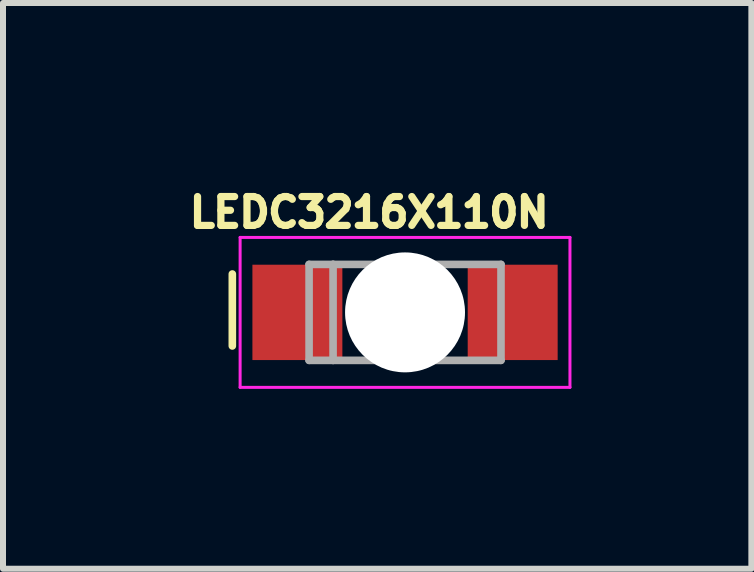
<source format=kicad_pcb>
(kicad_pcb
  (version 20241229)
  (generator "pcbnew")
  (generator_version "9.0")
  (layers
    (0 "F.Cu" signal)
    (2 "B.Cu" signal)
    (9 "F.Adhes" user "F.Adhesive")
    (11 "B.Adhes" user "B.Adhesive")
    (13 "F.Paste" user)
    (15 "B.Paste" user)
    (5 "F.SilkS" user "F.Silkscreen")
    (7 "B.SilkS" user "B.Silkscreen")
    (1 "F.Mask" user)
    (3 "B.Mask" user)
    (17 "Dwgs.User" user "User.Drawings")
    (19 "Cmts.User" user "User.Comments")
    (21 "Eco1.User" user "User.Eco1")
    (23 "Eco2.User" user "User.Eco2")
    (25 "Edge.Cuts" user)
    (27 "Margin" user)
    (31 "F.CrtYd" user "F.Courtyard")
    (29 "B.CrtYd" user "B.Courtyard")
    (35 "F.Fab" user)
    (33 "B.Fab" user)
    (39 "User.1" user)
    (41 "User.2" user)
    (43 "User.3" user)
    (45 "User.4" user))
  (footprint "LEDC3216X110N"
    (layer "F.Cu")
    (at 3.704 2.159)
    (property "Reference" "LEDC3216X110N" (at -0.597 -1.667 0) (layer "F.SilkS") (effects (font (size 0.481 0.481) (thickness 0.15))))
    (attr through_hole)
    (fp_line (start -2.88 -0.64) (end -2.88 0.56) (stroke (width 0.127) (type solid)) (layer "F.SilkS"))
    (fp_line (start -2.75 -1.25) (end 2.75 -1.25) (stroke (width 0.05) (type solid)) (layer "F.CrtYd"))
    (fp_line (start -2.75 1.25) (end -2.75 -1.25) (stroke (width 0.05) (type solid)) (layer "F.CrtYd"))
    (fp_line (start 2.75 -1.25) (end 2.75 1.25) (stroke (width 0.05) (type solid)) (layer "F.CrtYd"))
    (fp_line (start 2.75 1.25) (end -2.75 1.25) (stroke (width 0.05) (type solid)) (layer "F.CrtYd"))
    (fp_line (start -1.6 -0.8) (end -1.2 -0.8) (stroke (width 0.127) (type solid)) (layer "F.Fab"))
    (fp_line (start -1.6 0.8) (end -1.6 -0.8) (stroke (width 0.127) (type solid)) (layer "F.Fab"))
    (fp_line (start -1.2 -0.8) (end -1.2 0.8) (stroke (width 0.127) (type solid)) (layer "F.Fab"))
    (fp_line (start -1.2 -0.8) (end 1.6 -0.8) (stroke (width 0.127) (type solid)) (layer "F.Fab"))
    (fp_line (start -1.2 0.8) (end -1.6 0.8) (stroke (width 0.127) (type solid)) (layer "F.Fab"))
    (fp_line (start 1.6 -0.8) (end 1.6 0.8) (stroke (width 0.127) (type solid)) (layer "F.Fab"))
    (fp_line (start 1.6 0.8) (end -1.2 0.8) (stroke (width 0.127) (type solid)) (layer "F.Fab"))
    (pad "" np_thru_hole circle (at 0 0) (size 2 2) (drill 2) (layers "*.Cu" "*.Mask"))
    (pad "1" smd rect (at -1.795 0) (size 1.5 1.59) (layers "F.Cu" "F.Mask" "F.Paste"))
    (pad "2" smd rect (at 1.795 0) (size 1.5 1.59) (layers "F.Cu" "F.Mask" "F.Paste")))
  (gr_rect
    (start -3 -3)
    (end 9.479 6.434)
    (stroke (width 0.1) (type default))
    (fill no)
    (layer "Edge.Cuts")))
</source>
